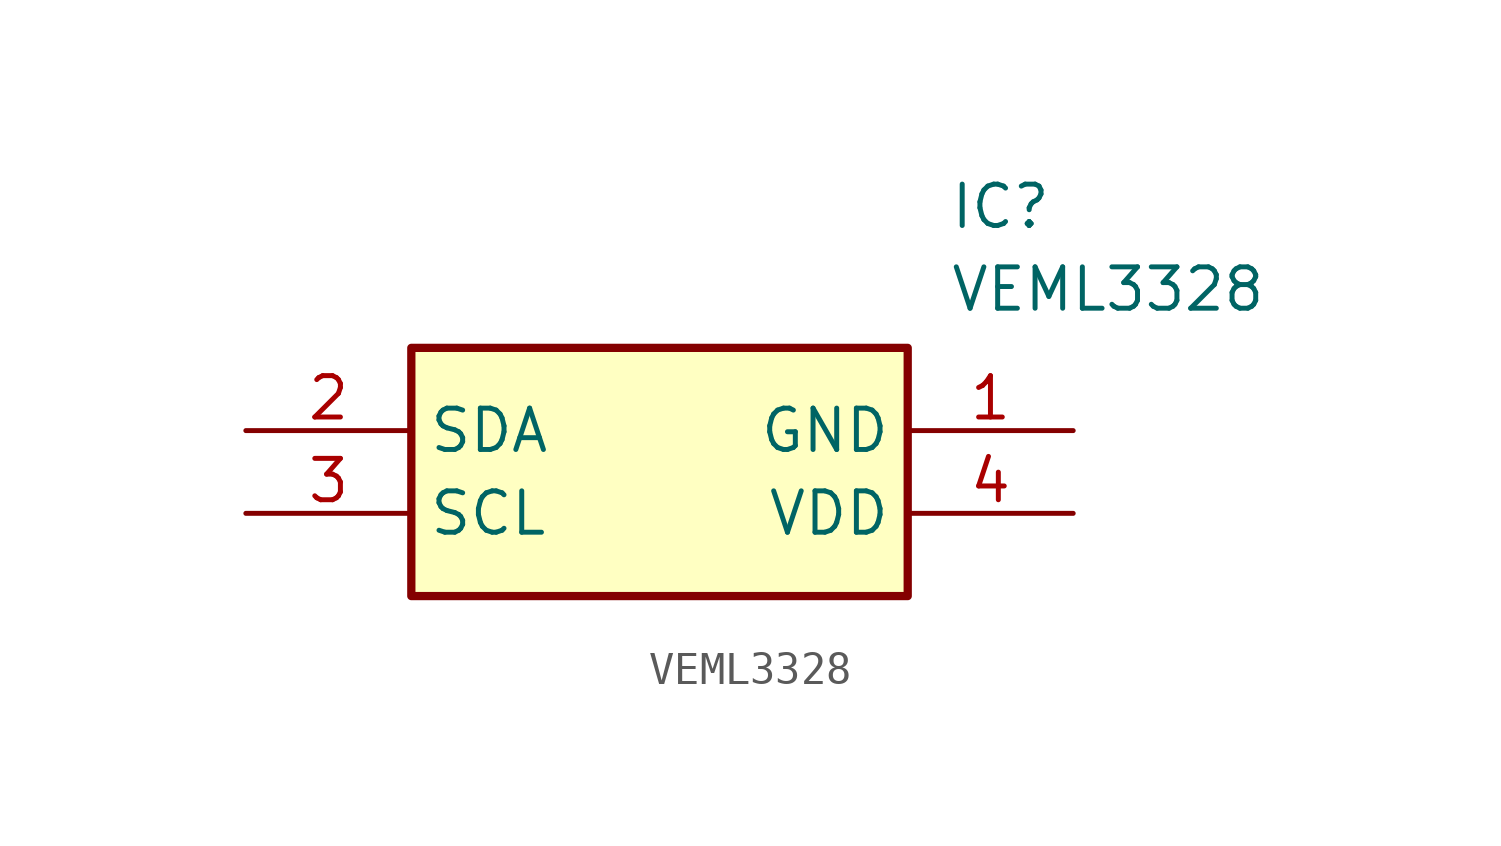
<source format=kicad_sym>
(kicad_symbol_lib
  (version 20211014)
  (generator SamacSys_ECAD_Model)
  (symbol "VEML3328"
    (property "Reference" "IC"
      (at 21.59 7.62 0)
      (effects (font (size 1.27 1.27)) (justify left top)))
    (property "Value" "VEML3328"
      (at 21.59 5.08 0)
      (effects (font (size 1.27 1.27)) (justify left top)))
    (rectangle
      (start 5.08 2.54)
      (end 20.32 -5.08)
      (stroke (width 0.254) (type default))
      (fill (type background)))
    (pin passive line
      (at 25.4 0 180)
      (length 5.08)
      (name "GND" (effects (font (size 1.27 1.27))))
      (number "1" (effects (font (size 1.27 1.27)))))
    (pin passive line
      (at 0 0 0)
      (length 5.08)
      (name "SDA" (effects (font (size 1.27 1.27))))
      (number "2" (effects (font (size 1.27 1.27)))))
    (pin passive line
      (at 0 -2.54 0)
      (length 5.08)
      (name "SCL" (effects (font (size 1.27 1.27))))
      (number "3" (effects (font (size 1.27 1.27)))))
    (pin passive line
      (at 25.4 -2.54 180)
      (length 5.08)
      (name "VDD" (effects (font (size 1.27 1.27))))
      (number "4" (effects (font (size 1.27 1.27)))))))
</source>
